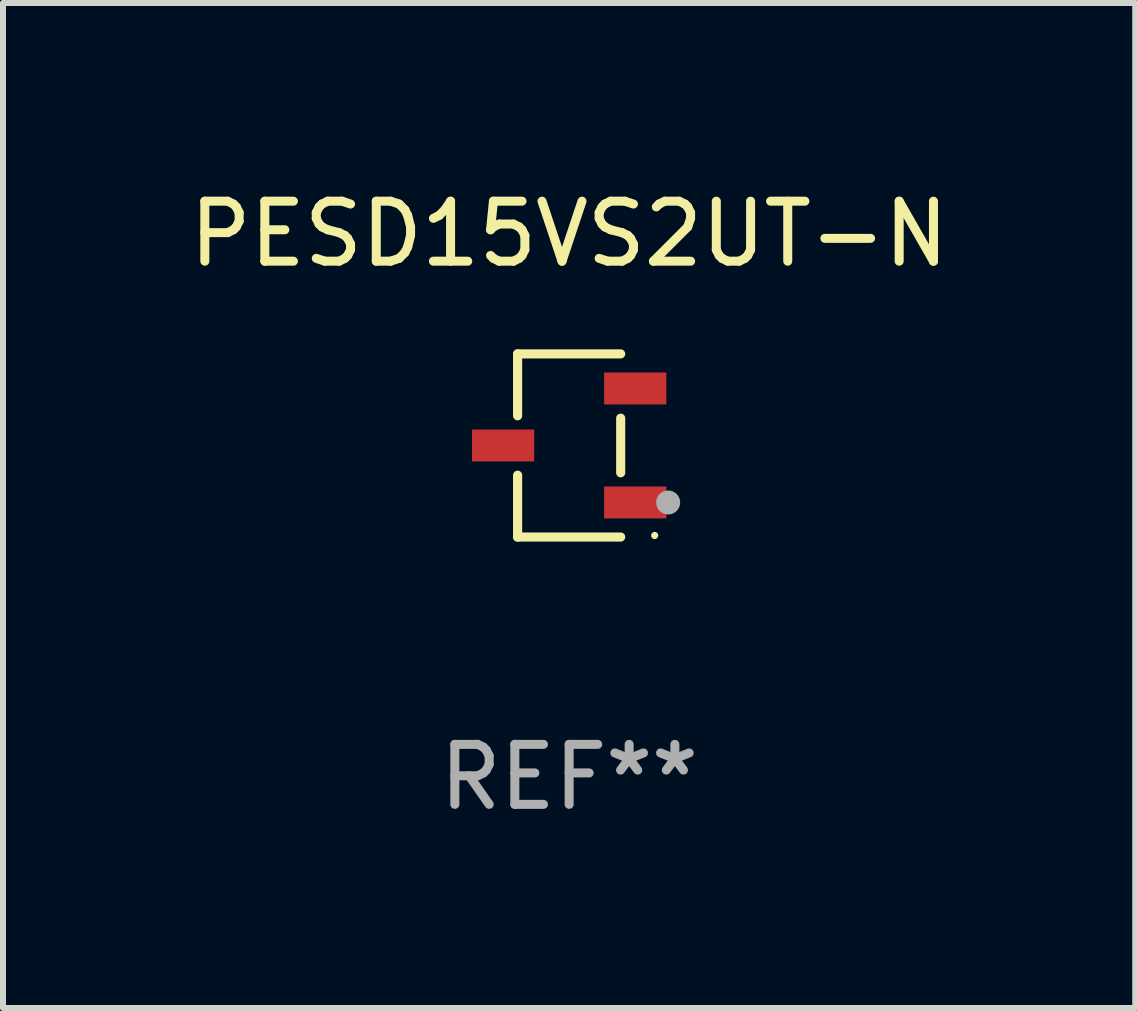
<source format=kicad_pcb>
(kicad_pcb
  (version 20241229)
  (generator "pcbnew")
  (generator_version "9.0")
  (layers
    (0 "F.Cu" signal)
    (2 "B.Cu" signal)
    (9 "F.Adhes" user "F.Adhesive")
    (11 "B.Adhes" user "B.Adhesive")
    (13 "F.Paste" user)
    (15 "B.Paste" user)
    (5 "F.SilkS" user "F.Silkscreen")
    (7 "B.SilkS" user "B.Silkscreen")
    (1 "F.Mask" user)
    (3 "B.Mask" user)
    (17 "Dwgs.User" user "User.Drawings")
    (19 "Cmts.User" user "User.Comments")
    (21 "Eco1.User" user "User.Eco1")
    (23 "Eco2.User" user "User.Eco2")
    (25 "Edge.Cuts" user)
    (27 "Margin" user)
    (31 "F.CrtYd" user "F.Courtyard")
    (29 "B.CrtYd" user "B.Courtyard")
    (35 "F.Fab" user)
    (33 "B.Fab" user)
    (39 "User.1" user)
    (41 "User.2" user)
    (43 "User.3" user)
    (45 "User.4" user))
  (footprint "PESD15VS2UT-N"
    (layer "F.Cu")
    (at 6.435 4.374)
    (property "Reference" "PESD15VS2UT-N" (at 0 -3.526 0) (layer "F.SilkS") (effects (font (size 1 1) (thickness 0.15))))
    (attr through_hole)
    (fp_line (start -0.859 -1.526) (end -0.859 -0.495) (stroke (width 0.152) (type solid)) (layer "F.SilkS"))
    (fp_line (start -0.859 1.526) (end -0.859 0.495) (stroke (width 0.152) (type solid)) (layer "F.SilkS"))
    (fp_line (start 0.859 -1.526) (end -0.859 -1.526) (stroke (width 0.152) (type solid)) (layer "F.SilkS"))
    (fp_line (start 0.859 -0.455) (end 0.859 0.455) (stroke (width 0.152) (type solid)) (layer "F.SilkS"))
    (fp_line (start 0.859 1.526) (end -0.859 1.526) (stroke (width 0.152) (type solid)) (layer "F.SilkS"))
    (fp_circle (center 1.425 1.5) (end 1.455 1.5) (stroke (width 0.06) (type solid)) (fill no) (layer "F.SilkS"))
    (fp_circle (center 1.65 0.95) (end 1.75 0.95) (stroke (width 0.2) (type solid)) (fill no) (layer "F.Fab"))
    (fp_text user "REF**" (at 0 5.526 0) (layer "F.Fab") (effects (font (size 1 1) (thickness 0.15))))
    (pad "1" smd rect (at 1.101 0.95) (size 1.037 0.532) (layers "F.Cu" "F.Mask" "F.Paste"))
    (pad "2" smd rect (at 1.101 -0.95) (size 1.037 0.532) (layers "F.Cu" "F.Mask" "F.Paste"))
    (pad "3" smd rect (at -1.101 0) (size 1.037 0.532) (layers "F.Cu" "F.Mask" "F.Paste")))
  (gr_rect
    (start -3 -3)
    (end 15.869 13.749)
    (stroke (width 0.1) (type default))
    (fill no)
    (layer "Edge.Cuts")))
</source>
